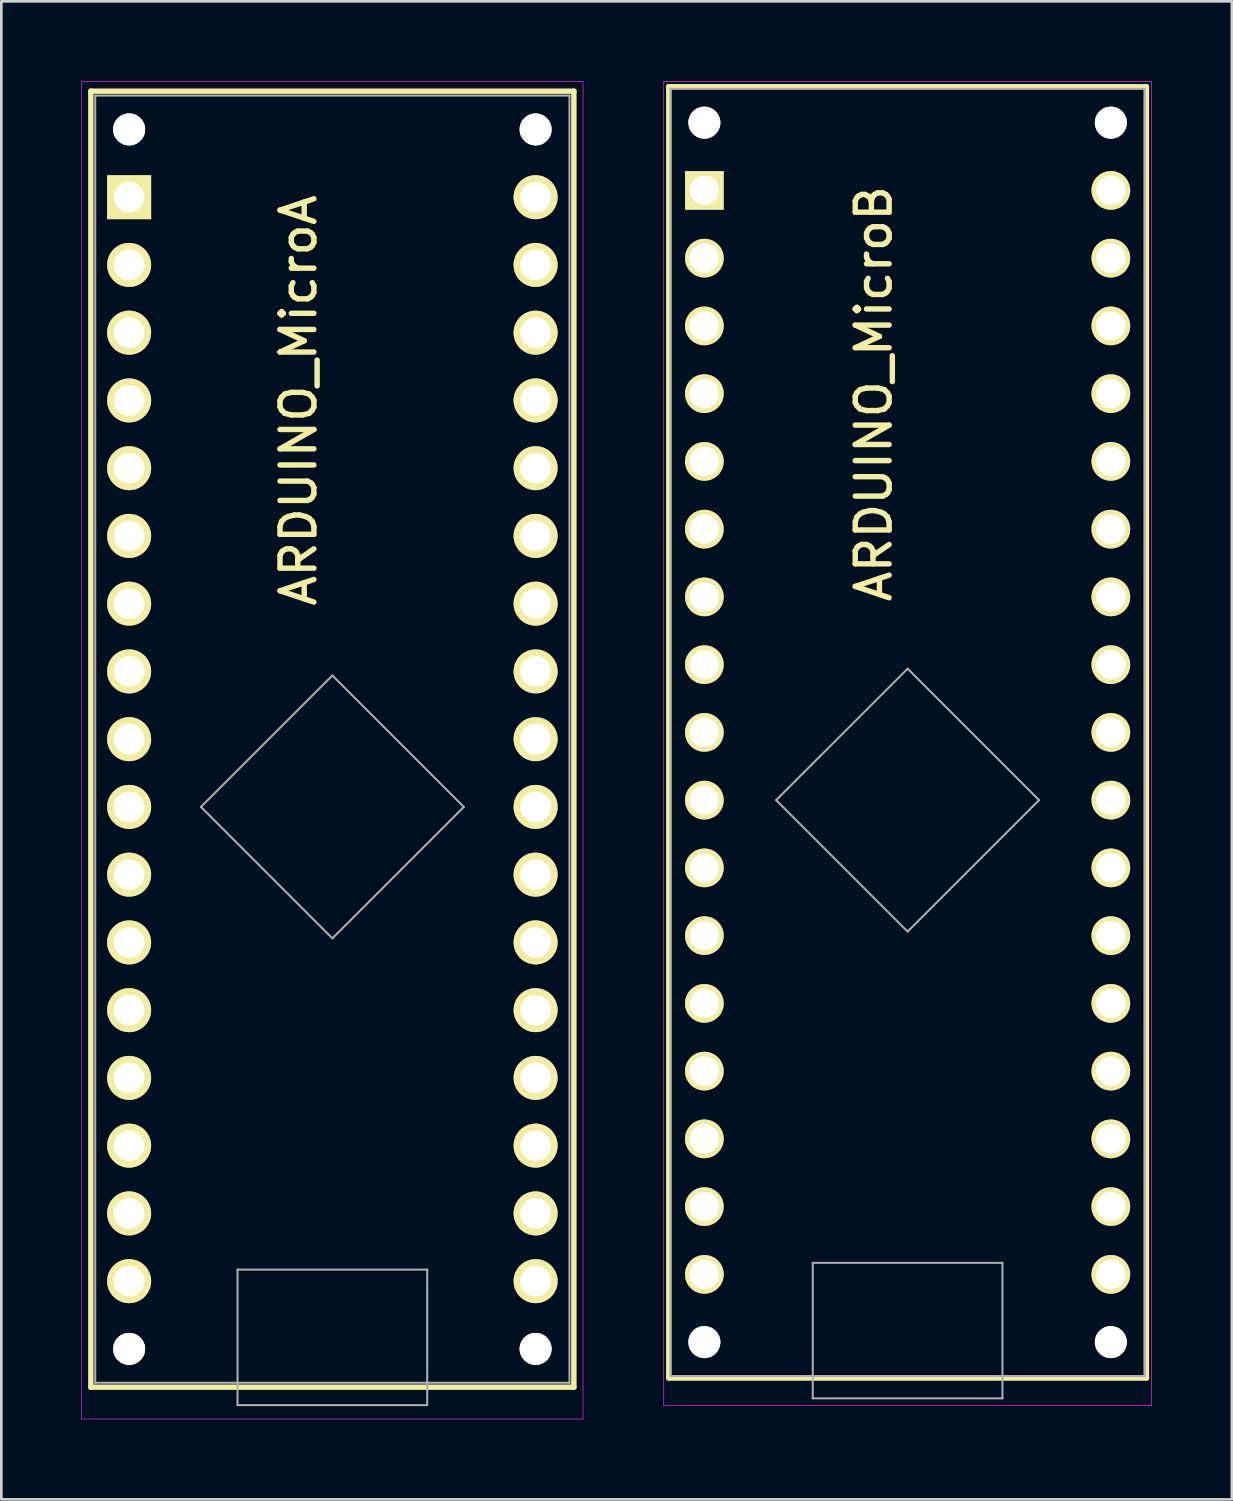
<source format=kicad_pcb>
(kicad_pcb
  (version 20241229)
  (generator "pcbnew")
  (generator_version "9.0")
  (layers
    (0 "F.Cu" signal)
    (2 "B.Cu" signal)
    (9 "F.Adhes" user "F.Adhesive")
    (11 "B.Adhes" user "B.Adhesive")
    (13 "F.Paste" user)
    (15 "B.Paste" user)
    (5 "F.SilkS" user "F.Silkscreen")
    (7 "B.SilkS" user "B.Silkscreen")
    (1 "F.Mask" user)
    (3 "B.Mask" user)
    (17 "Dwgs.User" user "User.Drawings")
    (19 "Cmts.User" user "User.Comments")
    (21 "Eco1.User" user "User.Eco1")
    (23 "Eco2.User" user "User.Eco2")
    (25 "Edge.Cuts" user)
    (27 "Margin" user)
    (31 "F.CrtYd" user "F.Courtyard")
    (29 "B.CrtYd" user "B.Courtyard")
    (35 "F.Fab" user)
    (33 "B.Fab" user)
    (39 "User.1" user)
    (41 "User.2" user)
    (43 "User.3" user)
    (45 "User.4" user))
  (footprint "ARDUINO_MicroA"
    (layer "F.Cu")
    (at 9.411 24.663)
    (property "Reference" "ARDUINO_MicroA" (at -1.27 -12.7 90) (layer "F.SilkS") (effects (font (size 1.27 1.27) (thickness 0.203))))
    (attr through_hole)
    (fp_line (start -9.055 -24.295) (end 9.055 -24.295) (stroke (width 0.203) (type solid)) (layer "F.SilkS"))
    (fp_line (start -9.055 24.295) (end -9.055 -24.295) (stroke (width 0.203) (type solid)) (layer "F.SilkS"))
    (fp_line (start 9.055 -24.295) (end 9.055 24.295) (stroke (width 0.203) (type solid)) (layer "F.SilkS"))
    (fp_line (start 9.055 24.295) (end -9.055 24.295) (stroke (width 0.203) (type solid)) (layer "F.SilkS"))
    (fp_line (start -9.398 -24.651) (end 9.398 -24.651) (stroke (width 0.025) (type solid)) (layer "F.CrtYd"))
    (fp_line (start -9.398 25.489) (end -9.398 -24.651) (stroke (width 0.025) (type solid)) (layer "F.CrtYd"))
    (fp_line (start 9.398 -24.651) (end 9.398 25.489) (stroke (width 0.025) (type solid)) (layer "F.CrtYd"))
    (fp_line (start 9.398 25.489) (end -9.398 25.489) (stroke (width 0.025) (type solid)) (layer "F.CrtYd"))
    (fp_line (start -8.89 -24.13) (end 8.89 -24.13) (stroke (width 0.076) (type solid)) (layer "F.Fab"))
    (fp_line (start -8.89 24.13) (end -8.89 -24.13) (stroke (width 0.076) (type solid)) (layer "F.Fab"))
    (fp_line (start -4.928 2.54) (end 0 7.468) (stroke (width 0.076) (type solid)) (layer "F.Fab"))
    (fp_line (start -3.556 19.888) (end 3.556 19.888) (stroke (width 0.076) (type solid)) (layer "F.Fab"))
    (fp_line (start -3.556 24.968) (end -3.556 19.888) (stroke (width 0.076) (type solid)) (layer "F.Fab"))
    (fp_line (start 0 -2.388) (end -4.928 2.54) (stroke (width 0.076) (type solid)) (layer "F.Fab"))
    (fp_line (start 0 7.468) (end 4.928 2.54) (stroke (width 0.076) (type solid)) (layer "F.Fab"))
    (fp_line (start 3.556 19.888) (end 3.556 24.968) (stroke (width 0.076) (type solid)) (layer "F.Fab"))
    (fp_line (start 3.556 24.968) (end -3.556 24.968) (stroke (width 0.076) (type solid)) (layer "F.Fab"))
    (fp_line (start 4.928 2.54) (end 0 -2.388) (stroke (width 0.076) (type solid)) (layer "F.Fab"))
    (fp_line (start 8.89 -24.13) (end 8.89 24.13) (stroke (width 0.076) (type solid)) (layer "F.Fab"))
    (fp_line (start 8.89 24.13) (end -8.89 24.13) (stroke (width 0.076) (type solid)) (layer "F.Fab"))
    (pad "" np_thru_hole circle (at -7.62 -22.86 180) (size 1.2 1.2) (drill 1.2) (layers "*.Cu" "*.Mask" "F.SilkS"))
    (pad "" np_thru_hole circle (at -7.62 22.86 180) (size 1.2 1.2) (drill 1.2) (layers "*.Cu" "*.Mask" "F.SilkS"))
    (pad "" np_thru_hole circle (at 7.62 -22.86 180) (size 1.2 1.2) (drill 1.2) (layers "*.Cu" "*.Mask" "F.SilkS"))
    (pad "" np_thru_hole circle (at 7.62 22.86 180) (size 1.2 1.2) (drill 1.2) (layers "*.Cu" "*.Mask" "F.SilkS"))
    (pad "1" thru_hole rect (at -7.62 -20.32) (size 1.65 1.65) (drill 1.15) (layers "*.Cu" "*.Mask" "F.SilkS"))
    (pad "2" thru_hole circle (at -7.62 -17.78) (size 1.65 1.65) (drill 1.15) (layers "*.Cu" "*.Mask" "F.SilkS"))
    (pad "3" thru_hole circle (at -7.62 -15.24) (size 1.65 1.65) (drill 1.15) (layers "*.Cu" "*.Mask" "F.SilkS"))
    (pad "4" thru_hole circle (at -7.62 -12.7) (size 1.65 1.65) (drill 1.15) (layers "*.Cu" "*.Mask" "F.SilkS"))
    (pad "5" thru_hole circle (at -7.62 -10.16) (size 1.65 1.65) (drill 1.15) (layers "*.Cu" "*.Mask" "F.SilkS"))
    (pad "6" thru_hole circle (at -7.62 -7.62) (size 1.65 1.65) (drill 1.15) (layers "*.Cu" "*.Mask" "F.SilkS"))
    (pad "7" thru_hole circle (at -7.62 -5.08) (size 1.65 1.65) (drill 1.15) (layers "*.Cu" "*.Mask" "F.SilkS"))
    (pad "8" thru_hole circle (at -7.62 -2.54) (size 1.65 1.65) (drill 1.15) (layers "*.Cu" "*.Mask" "F.SilkS"))
    (pad "9" thru_hole circle (at -7.62 0) (size 1.65 1.65) (drill 1.15) (layers "*.Cu" "*.Mask" "F.SilkS"))
    (pad "10" thru_hole circle (at -7.62 2.54) (size 1.65 1.65) (drill 1.15) (layers "*.Cu" "*.Mask" "F.SilkS"))
    (pad "11" thru_hole circle (at -7.62 5.08) (size 1.65 1.65) (drill 1.15) (layers "*.Cu" "*.Mask" "F.SilkS"))
    (pad "12" thru_hole circle (at -7.62 7.62) (size 1.65 1.65) (drill 1.15) (layers "*.Cu" "*.Mask" "F.SilkS"))
    (pad "13" thru_hole circle (at -7.62 10.16) (size 1.65 1.65) (drill 1.15) (layers "*.Cu" "*.Mask" "F.SilkS"))
    (pad "14" thru_hole circle (at -7.62 12.7) (size 1.65 1.65) (drill 1.15) (layers "*.Cu" "*.Mask" "F.SilkS"))
    (pad "15" thru_hole circle (at -7.62 15.24) (size 1.65 1.65) (drill 1.15) (layers "*.Cu" "*.Mask" "F.SilkS"))
    (pad "16" thru_hole circle (at -7.62 17.78) (size 1.65 1.65) (drill 1.15) (layers "*.Cu" "*.Mask" "F.SilkS"))
    (pad "17" thru_hole circle (at -7.62 20.32) (size 1.65 1.65) (drill 1.15) (layers "*.Cu" "*.Mask" "F.SilkS"))
    (pad "18" thru_hole circle (at 7.62 20.32) (size 1.65 1.65) (drill 1.15) (layers "*.Cu" "*.Mask" "F.SilkS"))
    (pad "19" thru_hole circle (at 7.62 17.78) (size 1.65 1.65) (drill 1.15) (layers "*.Cu" "*.Mask" "F.SilkS"))
    (pad "20" thru_hole circle (at 7.62 15.24) (size 1.65 1.65) (drill 1.15) (layers "*.Cu" "*.Mask" "F.SilkS"))
    (pad "21" thru_hole circle (at 7.62 12.7) (size 1.65 1.65) (drill 1.15) (layers "*.Cu" "*.Mask" "F.SilkS"))
    (pad "22" thru_hole circle (at 7.62 10.16) (size 1.65 1.65) (drill 1.15) (layers "*.Cu" "*.Mask" "F.SilkS"))
    (pad "23" thru_hole circle (at 7.62 7.62) (size 1.65 1.65) (drill 1.15) (layers "*.Cu" "*.Mask" "F.SilkS"))
    (pad "24" thru_hole circle (at 7.62 5.08) (size 1.65 1.65) (drill 1.15) (layers "*.Cu" "*.Mask" "F.SilkS"))
    (pad "25" thru_hole circle (at 7.62 2.54) (size 1.65 1.65) (drill 1.15) (layers "*.Cu" "*.Mask" "F.SilkS"))
    (pad "26" thru_hole circle (at 7.62 0) (size 1.65 1.65) (drill 1.15) (layers "*.Cu" "*.Mask" "F.SilkS"))
    (pad "27" thru_hole circle (at 7.62 -2.54) (size 1.65 1.65) (drill 1.15) (layers "*.Cu" "*.Mask" "F.SilkS"))
    (pad "28" thru_hole circle (at 7.62 -5.08) (size 1.65 1.65) (drill 1.15) (layers "*.Cu" "*.Mask" "F.SilkS"))
    (pad "29" thru_hole circle (at 7.62 -7.62) (size 1.65 1.65) (drill 1.15) (layers "*.Cu" "*.Mask" "F.SilkS"))
    (pad "30" thru_hole circle (at 7.62 -10.16) (size 1.65 1.65) (drill 1.15) (layers "*.Cu" "*.Mask" "F.SilkS"))
    (pad "31" thru_hole circle (at 7.62 -12.7) (size 1.65 1.65) (drill 1.15) (layers "*.Cu" "*.Mask" "F.SilkS"))
    (pad "32" thru_hole circle (at 7.62 -15.24) (size 1.65 1.65) (drill 1.15) (layers "*.Cu" "*.Mask" "F.SilkS"))
    (pad "33" thru_hole circle (at 7.62 -17.78) (size 1.65 1.65) (drill 1.15) (layers "*.Cu" "*.Mask" "F.SilkS"))
    (pad "34" thru_hole circle (at 7.62 -20.32) (size 1.65 1.65) (drill 1.15) (layers "*.Cu" "*.Mask" "F.SilkS")))
  (footprint "ARDUINO_MicroB"
    (layer "F.Cu")
    (at 30.978 24.409)
    (property "Reference" "ARDUINO_MicroB" (at -1.27 -12.7 90) (layer "F.SilkS") (effects (font (size 1.27 1.27) (thickness 0.203))))
    (attr through_hole)
    (fp_line (start -8.954 -24.206) (end 8.954 -24.206) (stroke (width 0.203) (type solid)) (layer "F.SilkS"))
    (fp_line (start -8.954 24.206) (end -8.954 -24.206) (stroke (width 0.203) (type solid)) (layer "F.SilkS"))
    (fp_line (start 8.954 -24.206) (end 8.954 24.206) (stroke (width 0.203) (type solid)) (layer "F.SilkS"))
    (fp_line (start 8.954 24.206) (end -8.954 24.206) (stroke (width 0.203) (type solid)) (layer "F.SilkS"))
    (fp_line (start -9.144 -24.397) (end 9.144 -24.397) (stroke (width 0.025) (type solid)) (layer "F.CrtYd"))
    (fp_line (start -9.144 25.235) (end -9.144 -24.397) (stroke (width 0.025) (type solid)) (layer "F.CrtYd"))
    (fp_line (start 9.144 -24.397) (end 9.144 25.235) (stroke (width 0.025) (type solid)) (layer "F.CrtYd"))
    (fp_line (start 9.144 25.235) (end -9.144 25.235) (stroke (width 0.025) (type solid)) (layer "F.CrtYd"))
    (fp_line (start -8.89 -24.13) (end 8.89 -24.13) (stroke (width 0.076) (type solid)) (layer "F.Fab"))
    (fp_line (start -8.89 24.13) (end -8.89 -24.13) (stroke (width 0.076) (type solid)) (layer "F.Fab"))
    (fp_line (start -4.928 2.54) (end 0 7.468) (stroke (width 0.076) (type solid)) (layer "F.Fab"))
    (fp_line (start -3.556 19.888) (end 3.556 19.888) (stroke (width 0.076) (type solid)) (layer "F.Fab"))
    (fp_line (start -3.556 24.968) (end -3.556 19.888) (stroke (width 0.076) (type solid)) (layer "F.Fab"))
    (fp_line (start 0 -2.388) (end -4.928 2.54) (stroke (width 0.076) (type solid)) (layer "F.Fab"))
    (fp_line (start 0 7.468) (end 4.928 2.54) (stroke (width 0.076) (type solid)) (layer "F.Fab"))
    (fp_line (start 3.556 19.888) (end 3.556 24.968) (stroke (width 0.076) (type solid)) (layer "F.Fab"))
    (fp_line (start 3.556 24.968) (end -3.556 24.968) (stroke (width 0.076) (type solid)) (layer "F.Fab"))
    (fp_line (start 4.928 2.54) (end 0 -2.388) (stroke (width 0.076) (type solid)) (layer "F.Fab"))
    (fp_line (start 8.89 -24.13) (end 8.89 24.13) (stroke (width 0.076) (type solid)) (layer "F.Fab"))
    (fp_line (start 8.89 24.13) (end -8.89 24.13) (stroke (width 0.076) (type solid)) (layer "F.Fab"))
    (pad "" np_thru_hole circle (at -7.62 -22.86 180) (size 1.2 1.2) (drill 1.2) (layers "*.Cu" "*.Mask" "F.SilkS"))
    (pad "" np_thru_hole circle (at -7.62 22.86 180) (size 1.2 1.2) (drill 1.2) (layers "*.Cu" "*.Mask" "F.SilkS"))
    (pad "" np_thru_hole circle (at 7.62 -22.86 180) (size 1.2 1.2) (drill 1.2) (layers "*.Cu" "*.Mask" "F.SilkS"))
    (pad "" np_thru_hole circle (at 7.62 22.86 180) (size 1.2 1.2) (drill 1.2) (layers "*.Cu" "*.Mask" "F.SilkS"))
    (pad "1" thru_hole rect (at -7.62 -20.32) (size 1.45 1.45) (drill 1.1) (layers "*.Cu" "*.Mask" "F.SilkS"))
    (pad "2" thru_hole circle (at -7.62 -17.78) (size 1.45 1.45) (drill 1.1) (layers "*.Cu" "*.Mask" "F.SilkS"))
    (pad "3" thru_hole circle (at -7.62 -15.24) (size 1.45 1.45) (drill 1.1) (layers "*.Cu" "*.Mask" "F.SilkS"))
    (pad "4" thru_hole circle (at -7.62 -12.7) (size 1.45 1.45) (drill 1.1) (layers "*.Cu" "*.Mask" "F.SilkS"))
    (pad "5" thru_hole circle (at -7.62 -10.16) (size 1.45 1.45) (drill 1.1) (layers "*.Cu" "*.Mask" "F.SilkS"))
    (pad "6" thru_hole circle (at -7.62 -7.62) (size 1.45 1.45) (drill 1.1) (layers "*.Cu" "*.Mask" "F.SilkS"))
    (pad "7" thru_hole circle (at -7.62 -5.08) (size 1.45 1.45) (drill 1.1) (layers "*.Cu" "*.Mask" "F.SilkS"))
    (pad "8" thru_hole circle (at -7.62 -2.54) (size 1.45 1.45) (drill 1.1) (layers "*.Cu" "*.Mask" "F.SilkS"))
    (pad "9" thru_hole circle (at -7.62 0) (size 1.45 1.45) (drill 1.1) (layers "*.Cu" "*.Mask" "F.SilkS"))
    (pad "10" thru_hole circle (at -7.62 2.54) (size 1.45 1.45) (drill 1.1) (layers "*.Cu" "*.Mask" "F.SilkS"))
    (pad "11" thru_hole circle (at -7.62 5.08) (size 1.45 1.45) (drill 1.1) (layers "*.Cu" "*.Mask" "F.SilkS"))
    (pad "12" thru_hole circle (at -7.62 7.62) (size 1.45 1.45) (drill 1.1) (layers "*.Cu" "*.Mask" "F.SilkS"))
    (pad "13" thru_hole circle (at -7.62 10.16) (size 1.45 1.45) (drill 1.1) (layers "*.Cu" "*.Mask" "F.SilkS"))
    (pad "14" thru_hole circle (at -7.62 12.7) (size 1.45 1.45) (drill 1.1) (layers "*.Cu" "*.Mask" "F.SilkS"))
    (pad "15" thru_hole circle (at -7.62 15.24) (size 1.45 1.45) (drill 1.1) (layers "*.Cu" "*.Mask" "F.SilkS"))
    (pad "16" thru_hole circle (at -7.62 17.78) (size 1.45 1.45) (drill 1.1) (layers "*.Cu" "*.Mask" "F.SilkS"))
    (pad "17" thru_hole circle (at -7.62 20.32) (size 1.45 1.45) (drill 1.1) (layers "*.Cu" "*.Mask" "F.SilkS"))
    (pad "18" thru_hole circle (at 7.62 20.32) (size 1.45 1.45) (drill 1.1) (layers "*.Cu" "*.Mask" "F.SilkS"))
    (pad "19" thru_hole circle (at 7.62 17.78) (size 1.45 1.45) (drill 1.1) (layers "*.Cu" "*.Mask" "F.SilkS"))
    (pad "20" thru_hole circle (at 7.62 15.24) (size 1.45 1.45) (drill 1.1) (layers "*.Cu" "*.Mask" "F.SilkS"))
    (pad "21" thru_hole circle (at 7.62 12.7) (size 1.45 1.45) (drill 1.1) (layers "*.Cu" "*.Mask" "F.SilkS"))
    (pad "22" thru_hole circle (at 7.62 10.16) (size 1.45 1.45) (drill 1.1) (layers "*.Cu" "*.Mask" "F.SilkS"))
    (pad "23" thru_hole circle (at 7.62 7.62) (size 1.45 1.45) (drill 1.1) (layers "*.Cu" "*.Mask" "F.SilkS"))
    (pad "24" thru_hole circle (at 7.62 5.08) (size 1.45 1.45) (drill 1.1) (layers "*.Cu" "*.Mask" "F.SilkS"))
    (pad "25" thru_hole circle (at 7.62 2.54) (size 1.45 1.45) (drill 1.1) (layers "*.Cu" "*.Mask" "F.SilkS"))
    (pad "26" thru_hole circle (at 7.62 0) (size 1.45 1.45) (drill 1.1) (layers "*.Cu" "*.Mask" "F.SilkS"))
    (pad "27" thru_hole circle (at 7.62 -2.54) (size 1.45 1.45) (drill 1.1) (layers "*.Cu" "*.Mask" "F.SilkS"))
    (pad "28" thru_hole circle (at 7.62 -5.08) (size 1.45 1.45) (drill 1.1) (layers "*.Cu" "*.Mask" "F.SilkS"))
    (pad "29" thru_hole circle (at 7.62 -7.62) (size 1.45 1.45) (drill 1.1) (layers "*.Cu" "*.Mask" "F.SilkS"))
    (pad "30" thru_hole circle (at 7.62 -10.16) (size 1.45 1.45) (drill 1.1) (layers "*.Cu" "*.Mask" "F.SilkS"))
    (pad "31" thru_hole circle (at 7.62 -12.7) (size 1.45 1.45) (drill 1.1) (layers "*.Cu" "*.Mask" "F.SilkS"))
    (pad "32" thru_hole circle (at 7.62 -15.24) (size 1.45 1.45) (drill 1.1) (layers "*.Cu" "*.Mask" "F.SilkS"))
    (pad "33" thru_hole circle (at 7.62 -17.78) (size 1.45 1.45) (drill 1.1) (layers "*.Cu" "*.Mask" "F.SilkS"))
    (pad "34" thru_hole circle (at 7.62 -20.32) (size 1.45 1.45) (drill 1.1) (layers "*.Cu" "*.Mask" "F.SilkS")))
  (gr_rect
    (start -3 -3)
    (end 43.135 53.165)
    (stroke (width 0.1) (type default))
    (fill no)
    (layer "Edge.Cuts")))
</source>
